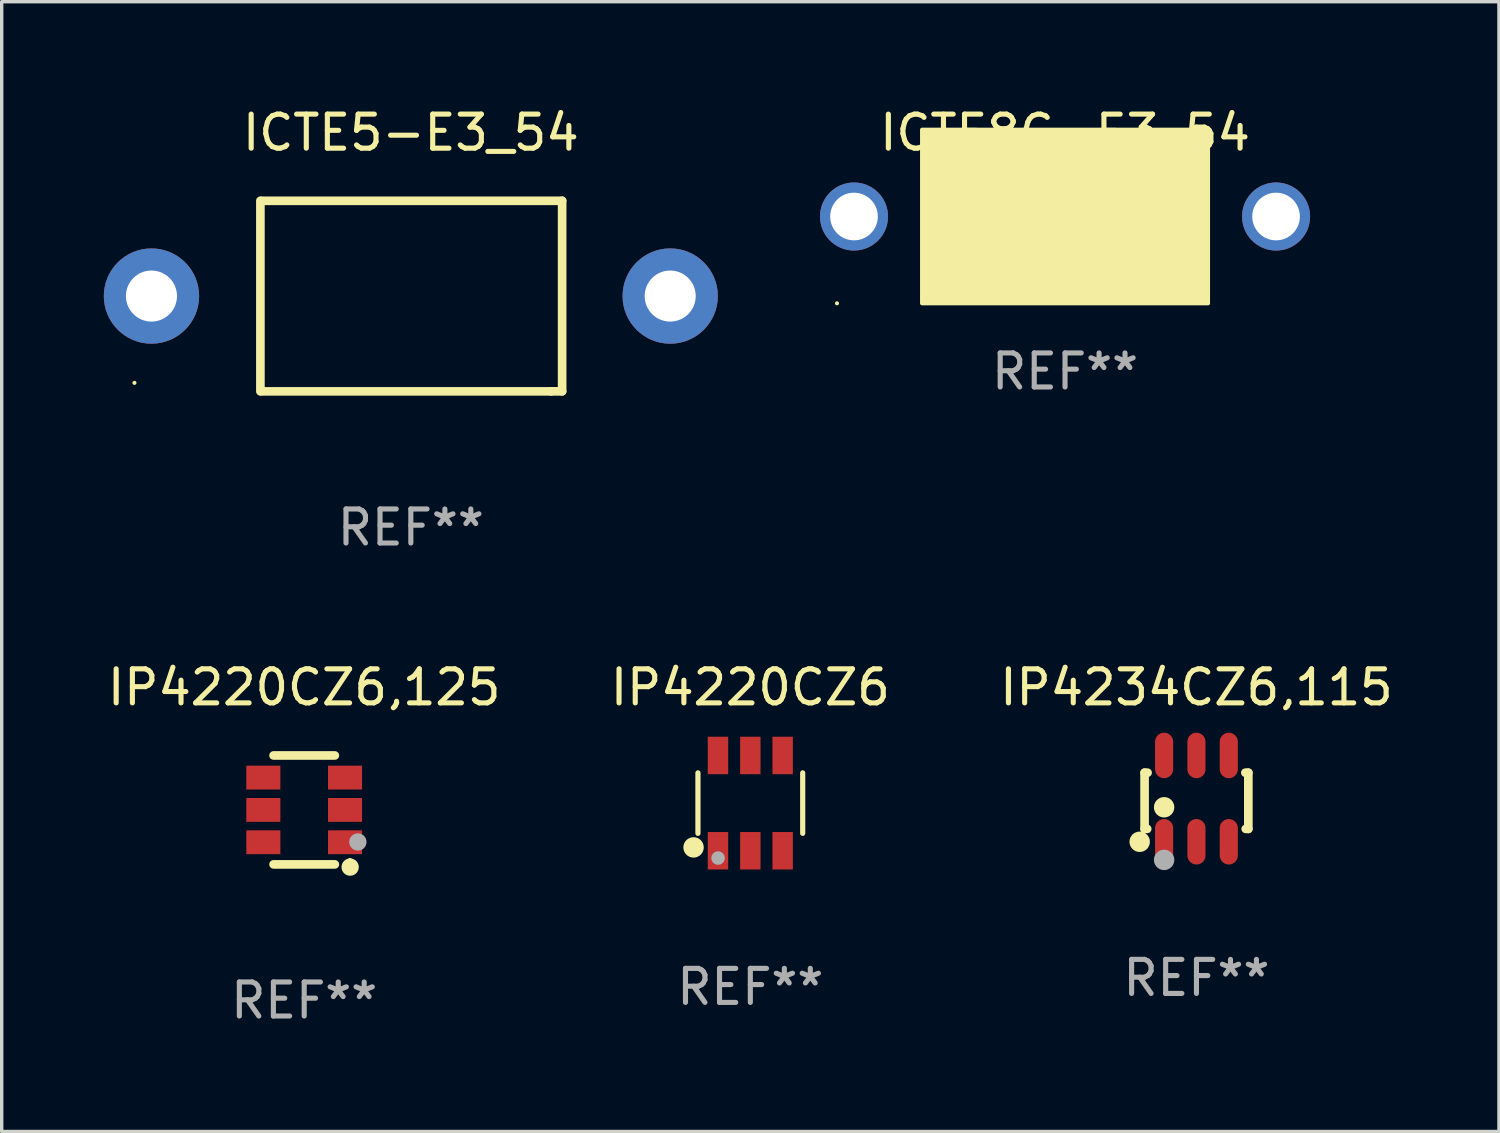
<source format=kicad_pcb>
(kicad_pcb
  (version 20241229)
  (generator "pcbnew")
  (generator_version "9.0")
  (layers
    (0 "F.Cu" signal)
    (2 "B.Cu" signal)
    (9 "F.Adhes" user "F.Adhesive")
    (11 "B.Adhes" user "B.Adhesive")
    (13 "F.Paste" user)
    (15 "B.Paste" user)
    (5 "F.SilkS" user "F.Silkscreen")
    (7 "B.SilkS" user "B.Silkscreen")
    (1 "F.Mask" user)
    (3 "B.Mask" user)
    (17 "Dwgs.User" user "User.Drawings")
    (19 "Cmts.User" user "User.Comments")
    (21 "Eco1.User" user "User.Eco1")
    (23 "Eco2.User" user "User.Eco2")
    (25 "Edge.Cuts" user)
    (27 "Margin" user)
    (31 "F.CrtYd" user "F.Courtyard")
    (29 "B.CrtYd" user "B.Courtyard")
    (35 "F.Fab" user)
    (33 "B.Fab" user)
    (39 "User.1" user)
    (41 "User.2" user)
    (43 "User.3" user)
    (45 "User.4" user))
  (footprint "IP4220CZ6,125"
    (layer "F.Cu")
    (at 5.887 20.745)
    (property "Reference" "IP4220CZ6,125" (at 0 -3.6 0) (layer "F.SilkS") (effects (font (size 1 1) (thickness 0.15))))
    (attr through_hole)
    (fp_line (start -0.9 -1.6) (end 0.9 -1.6) (stroke (width 0.254) (type solid)) (layer "F.SilkS"))
    (fp_line (start -0.9 1.6) (end 0.9 1.6) (stroke (width 0.254) (type solid)) (layer "F.SilkS"))
    (fp_circle (center 1.345 1.47) (end 1.375 1.47) (stroke (width 0.06) (type solid)) (fill no) (layer "F.SilkS"))
    (fp_circle (center 1.35 1.68) (end 1.477 1.68) (stroke (width 0.254) (type solid)) (fill no) (layer "F.SilkS"))
    (fp_circle (center 1.577 0.942) (end 1.704 0.942) (stroke (width 0.254) (type solid)) (fill no) (layer "F.Fab"))
    (fp_text user "REF**" (at 0 5.6 0) (layer "F.Fab") (effects (font (size 1 1) (thickness 0.15))))
    (pad "1" smd rect (at 1.2 0.95) (size 1 0.7) (layers "F.Cu" "F.Mask" "F.Paste"))
    (pad "2" smd rect (at 1.2 0.000102) (size 1 0.7) (layers "F.Cu" "F.Mask" "F.Paste"))
    (pad "3" smd rect (at 1.2 -0.95) (size 1 0.7) (layers "F.Cu" "F.Mask" "F.Paste"))
    (pad "4" smd rect (at -1.2 -0.95) (size 1 0.7) (layers "F.Cu" "F.Mask" "F.Paste"))
    (pad "5" smd rect (at -1.2 0.000102) (size 1 0.7) (layers "F.Cu" "F.Mask" "F.Paste"))
    (pad "6" smd rect (at -1.2 0.95) (size 1 0.7) (layers "F.Cu" "F.Mask" "F.Paste")))
  (footprint "ICTE5-E3_54"
    (layer "F.Cu")
    (at 9.02 5.648)
    (property "Reference" "ICTE5-E3_54" (at 0 -4.8 0) (layer "F.SilkS") (effects (font (size 1 1) (thickness 0.15))))
    (attr through_hole)
    (fp_line (start -4.42 2.8) (end -4.42 -2.8) (stroke (width 0.254) (type solid)) (layer "F.SilkS"))
    (fp_line (start -4.379 -2.799) (end 4.445 -2.799) (stroke (width 0.254) (type solid)) (layer "F.SilkS"))
    (fp_line (start 4.12 2.8) (end -4.38 2.8) (stroke (width 0.254) (type solid)) (layer "F.SilkS"))
    (fp_line (start 4.445 -2.799) (end 4.445 2.799) (stroke (width 0.254) (type solid)) (layer "F.SilkS"))
    (fp_line (start 4.445 2.799) (end 4.12 2.799) (stroke (width 0.254) (type solid)) (layer "F.SilkS"))
    (fp_circle (center -8.12 2.55) (end -8.09 2.55) (stroke (width 0.06) (type solid)) (fill no) (layer "F.SilkS"))
    (fp_text user "REF**" (at 0 6.8 0) (layer "F.Fab") (effects (font (size 1 1) (thickness 0.15))))
    (pad "1" thru_hole circle (at -7.62 0) (size 2.8 2.8) (drill 1.5) (layers "*.Cu" "*.Mask"))
    (pad "2" thru_hole circle (at 7.62 0) (size 2.8 2.8) (drill 1.5) (layers "*.Cu" "*.Mask")))
  (footprint "ICTE8C-E3_54"
    (layer "F.Cu")
    (at 28.24 3.356)
    (property "Reference" "ICTE8C-E3_54" (at 0 -2.508 0) (layer "F.SilkS") (effects (font (size 1 1) (thickness 0.15))))
    (attr through_hole)
    (fp_line (start -1.498 0) (end 0.534 0) (stroke (width 0.254) (type solid)) (layer "F.SilkS"))
    (fp_line (start -0.99 -0.508) (end -0.99 0.508) (stroke (width 0.254) (type solid)) (layer "F.SilkS"))
    (fp_line (start -0.99 0.508) (end 0.026 0) (stroke (width 0.254) (type solid)) (layer "F.SilkS"))
    (fp_line (start 0.026 -0.508) (end 0.026 0.508) (stroke (width 0.254) (type solid)) (layer "F.SilkS"))
    (fp_line (start 0.026 0) (end -0.99 -0.508) (stroke (width 0.254) (type solid)) (layer "F.SilkS"))
    (fp_line (start 0.026 0) (end 0.026 -0.508) (stroke (width 0.254) (type solid)) (layer "F.SilkS"))
    (fp_line (start 0.038 0) (end 0.038 0.508) (stroke (width 0.254) (type solid)) (layer "F.SilkS"))
    (fp_line (start 0.038 0) (end 1.054 0.508) (stroke (width 0.254) (type solid)) (layer "F.SilkS"))
    (fp_line (start 0.038 0.508) (end 0.038 -0.508) (stroke (width 0.254) (type solid)) (layer "F.SilkS"))
    (fp_line (start 1.054 -0.508) (end 0.038 0) (stroke (width 0.254) (type solid)) (layer "F.SilkS"))
    (fp_line (start 1.054 0.508) (end 1.054 -0.508) (stroke (width 0.254) (type solid)) (layer "F.SilkS"))
    (fp_line (start 1.562 0) (end -0.47 0) (stroke (width 0.254) (type solid)) (layer "F.SilkS"))
    (fp_circle (center -6.7 2.505) (end -6.67 2.505) (stroke (width 0.06) (type solid)) (fill no) (layer "F.SilkS"))
    (fp_poly (pts (xy -4.2 -2.595) (xy 4.2 -2.595) (xy 4.2 2.505) (xy -4.2 2.505)) (stroke (width 0.12) (type solid)) (fill yes) (layer "F.SilkS"))
    (fp_text user "REF**" (at 0 4.508 0) (layer "F.Fab") (effects (font (size 1 1) (thickness 0.15))))
    (pad "1" thru_hole circle (at -6.2 -0.045) (size 2 2) (drill 1.4) (layers "*.Cu" "*.Mask"))
    (pad "2" thru_hole circle (at 6.2 -0.045) (size 2 2) (drill 1.4) (layers "*.Cu" "*.Mask")))
  (footprint "IP4220CZ6"
    (layer "F.Cu")
    (at 18.994 20.545)
    (property "Reference" "IP4220CZ6" (at 0 -3.4 0) (layer "F.SilkS") (effects (font (size 1 1) (thickness 0.15))))
    (attr through_hole)
    (fp_line (start -1.539 0.889) (end -1.539 -0.889) (stroke (width 0.152) (type solid)) (layer "F.SilkS"))
    (fp_line (start 1.539 0.889) (end 1.539 -0.889) (stroke (width 0.152) (type solid)) (layer "F.SilkS"))
    (fp_circle (center -1.668 1.301) (end -1.518 1.301) (stroke (width 0.3) (type solid)) (fill no) (layer "F.SilkS"))
    (fp_circle (center -1.467 1.351) (end -1.437 1.351) (stroke (width 0.06) (type solid)) (fill no) (layer "F.SilkS"))
    (fp_circle (center -0.948 1.614) (end -0.848 1.614) (stroke (width 0.2) (type solid)) (fill no) (layer "F.Fab"))
    (fp_text user "REF**" (at 0 5.4 0) (layer "F.Fab") (effects (font (size 1 1) (thickness 0.15))))
    (pad "1" smd rect (at -0.95 1.4) (size 0.6 1.1) (layers "F.Cu" "F.Mask" "F.Paste"))
    (pad "2" smd rect (at 0 1.4) (size 0.6 1.1) (layers "F.Cu" "F.Mask" "F.Paste"))
    (pad "3" smd rect (at 0.95 1.4) (size 0.6 1.1) (layers "F.Cu" "F.Mask" "F.Paste"))
    (pad "4" smd rect (at 0.95 -1.4) (size 0.6 1.1) (layers "F.Cu" "F.Mask" "F.Paste"))
    (pad "5" smd rect (at 0 -1.4) (size 0.6 1.1) (layers "F.Cu" "F.Mask" "F.Paste"))
    (pad "6" smd rect (at -0.95 -1.4) (size 0.6 1.1) (layers "F.Cu" "F.Mask" "F.Paste")))
  (footprint "IP4234CZ6,115"
    (layer "F.Cu")
    (at 32.101 20.413)
    (property "Reference" "IP4234CZ6,115" (at 0 -3.268 0) (layer "F.SilkS") (effects (font (size 1 1) (thickness 0.15))))
    (attr through_hole)
    (fp_line (start -1.524 -0.762) (end -1.524 0.889) (stroke (width 0.254) (type solid)) (layer "F.SilkS"))
    (fp_line (start -1.524 0.889) (end -1.447 0.889) (stroke (width 0.254) (type solid)) (layer "F.SilkS"))
    (fp_line (start -1.436 -0.762) (end -1.524 -0.762) (stroke (width 0.254) (type solid)) (layer "F.SilkS"))
    (fp_line (start 1.447 0.889) (end 1.524 0.889) (stroke (width 0.254) (type solid)) (layer "F.SilkS"))
    (fp_line (start 1.524 -0.762) (end 1.436 -0.762) (stroke (width 0.254) (type solid)) (layer "F.SilkS"))
    (fp_line (start 1.524 0.889) (end 1.524 -0.762) (stroke (width 0.254) (type solid)) (layer "F.SilkS"))
    (fp_circle (center -1.668 1.268) (end -1.518 1.268) (stroke (width 0.3) (type solid)) (fill no) (layer "F.SilkS"))
    (fp_circle (center -1.5 1.375) (end -1.47 1.375) (stroke (width 0.06) (type solid)) (fill no) (layer "F.SilkS"))
    (fp_circle (center -0.95 0.254) (end -0.8 0.254) (stroke (width 0.3) (type solid)) (fill no) (layer "F.SilkS"))
    (fp_circle (center -0.95 1.8) (end -0.8 1.8) (stroke (width 0.3) (type solid)) (fill no) (layer "F.Fab"))
    (fp_text user "REF**" (at 0 5.268 0) (layer "F.Fab") (effects (font (size 1 1) (thickness 0.15))))
    (pad "1" smd oval (at -0.95 1.268) (size 0.532 1.336) (layers "F.Cu" "F.Mask" "F.Paste"))
    (pad "2" smd oval (at 0 1.268) (size 0.532 1.336) (layers "F.Cu" "F.Mask" "F.Paste"))
    (pad "3" smd oval (at 0.95 1.268) (size 0.532 1.336) (layers "F.Cu" "F.Mask" "F.Paste"))
    (pad "4" smd oval (at 0.95 -1.268) (size 0.532 1.336) (layers "F.Cu" "F.Mask" "F.Paste"))
    (pad "5" smd oval (at 0 -1.268) (size 0.532 1.336) (layers "F.Cu" "F.Mask" "F.Paste"))
    (pad "6" smd oval (at -0.95 -1.268) (size 0.532 1.336) (layers "F.Cu" "F.Mask" "F.Paste")))
  (gr_rect
    (start -3 -3)
    (end 40.988 30.193)
    (stroke (width 0.1) (type default))
    (fill no)
    (layer "Edge.Cuts")))
</source>
